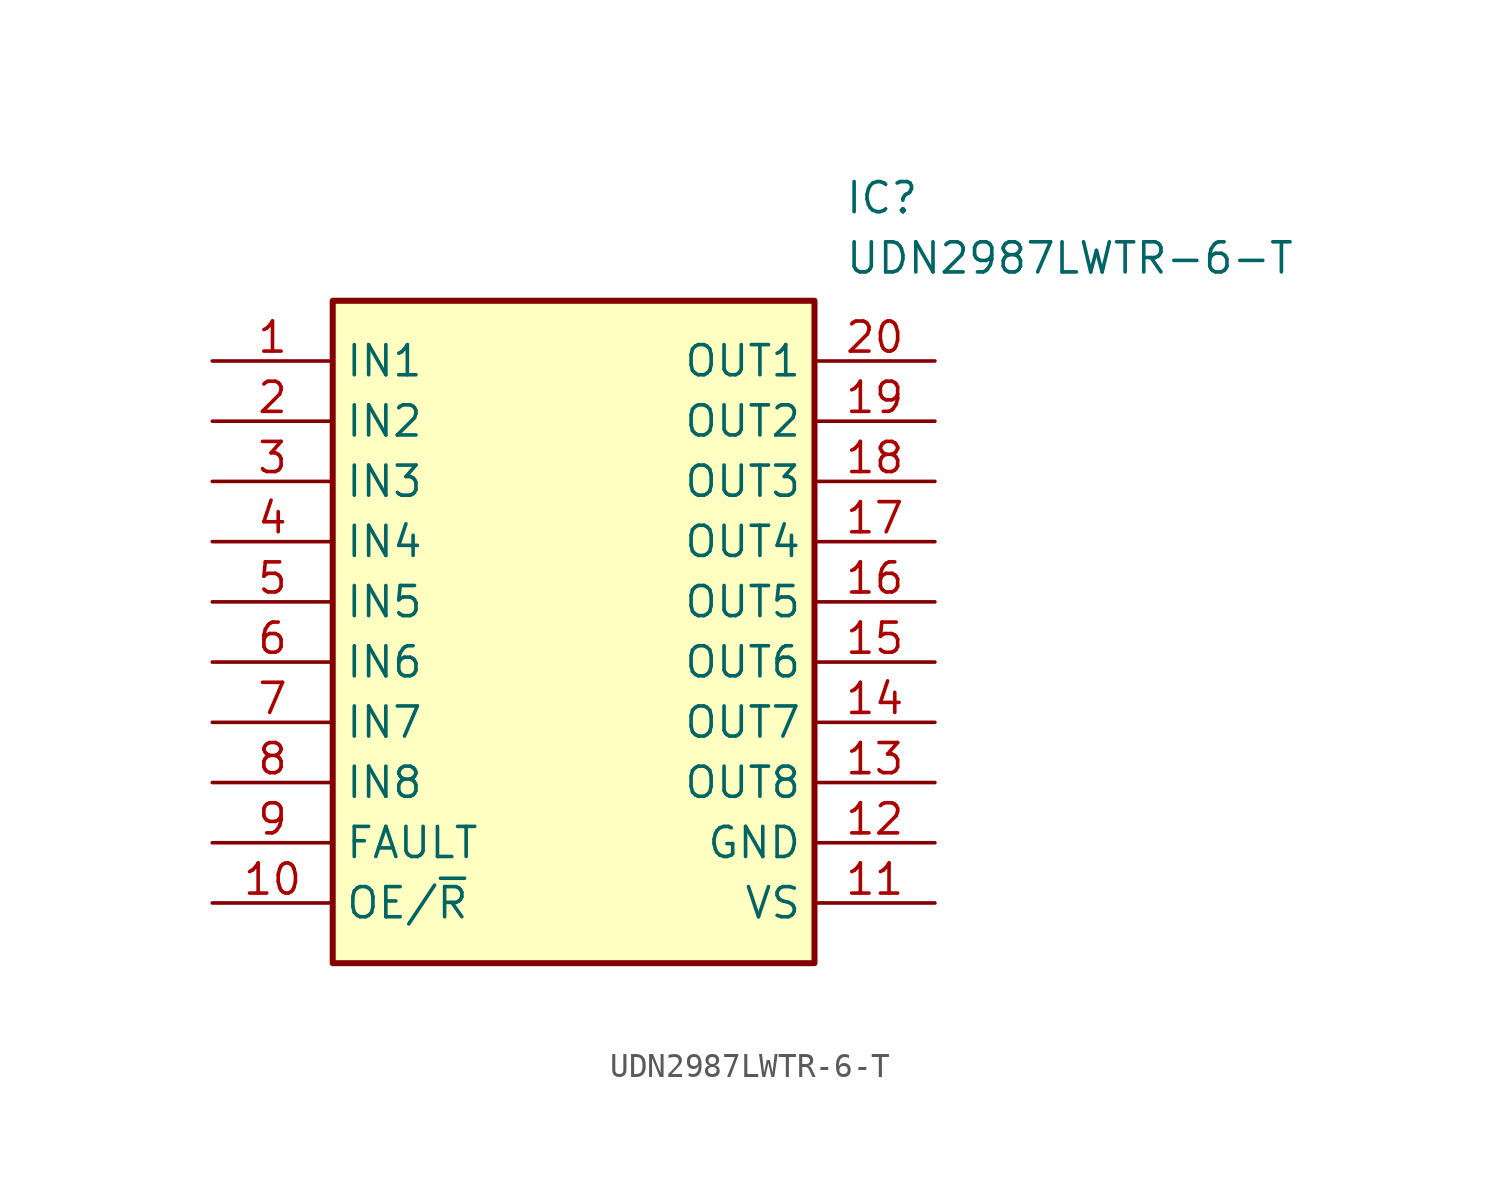
<source format=kicad_sym>
(kicad_symbol_lib
  (version 20211014)
  (generator SamacSys_ECAD_Model)
  (symbol "UDN2987LWTR-6-T"
    (property "Reference" "IC"
      (at 26.67 7.62 0)
      (effects (font (size 1.27 1.27)) (justify left top)))
    (property "Value" "UDN2987LWTR-6-T"
      (at 26.67 5.08 0)
      (effects (font (size 1.27 1.27)) (justify left top)))
    (rectangle
      (start 5.08 2.54)
      (end 25.4 -25.4)
      (stroke (width 0.254) (type default))
      (fill (type background)))
    (pin passive line
      (at 0 0 0)
      (length 5.08)
      (name "IN1" (effects (font (size 1.27 1.27))))
      (number "1" (effects (font (size 1.27 1.27)))))
    (pin passive line
      (at 0 -2.54 0)
      (length 5.08)
      (name "IN2" (effects (font (size 1.27 1.27))))
      (number "2" (effects (font (size 1.27 1.27)))))
    (pin passive line
      (at 0 -5.08 0)
      (length 5.08)
      (name "IN3" (effects (font (size 1.27 1.27))))
      (number "3" (effects (font (size 1.27 1.27)))))
    (pin passive line
      (at 0 -7.62 0)
      (length 5.08)
      (name "IN4" (effects (font (size 1.27 1.27))))
      (number "4" (effects (font (size 1.27 1.27)))))
    (pin passive line
      (at 0 -10.16 0)
      (length 5.08)
      (name "IN5" (effects (font (size 1.27 1.27))))
      (number "5" (effects (font (size 1.27 1.27)))))
    (pin passive line
      (at 0 -12.7 0)
      (length 5.08)
      (name "IN6" (effects (font (size 1.27 1.27))))
      (number "6" (effects (font (size 1.27 1.27)))))
    (pin passive line
      (at 0 -15.24 0)
      (length 5.08)
      (name "IN7" (effects (font (size 1.27 1.27))))
      (number "7" (effects (font (size 1.27 1.27)))))
    (pin passive line
      (at 0 -17.78 0)
      (length 5.08)
      (name "IN8" (effects (font (size 1.27 1.27))))
      (number "8" (effects (font (size 1.27 1.27)))))
    (pin passive line
      (at 0 -20.32 0)
      (length 5.08)
      (name "FAULT" (effects (font (size 1.27 1.27))))
      (number "9" (effects (font (size 1.27 1.27)))))
    (pin passive line
      (at 0 -22.86 0)
      (length 5.08)
      (name "OE/~{R}" (effects (font (size 1.27 1.27))))
      (number "10" (effects (font (size 1.27 1.27)))))
    (pin passive line
      (at 30.48 0 180)
      (length 5.08)
      (name "OUT1" (effects (font (size 1.27 1.27))))
      (number "20" (effects (font (size 1.27 1.27)))))
    (pin passive line
      (at 30.48 -2.54 180)
      (length 5.08)
      (name "OUT2" (effects (font (size 1.27 1.27))))
      (number "19" (effects (font (size 1.27 1.27)))))
    (pin passive line
      (at 30.48 -5.08 180)
      (length 5.08)
      (name "OUT3" (effects (font (size 1.27 1.27))))
      (number "18" (effects (font (size 1.27 1.27)))))
    (pin passive line
      (at 30.48 -7.62 180)
      (length 5.08)
      (name "OUT4" (effects (font (size 1.27 1.27))))
      (number "17" (effects (font (size 1.27 1.27)))))
    (pin passive line
      (at 30.48 -10.16 180)
      (length 5.08)
      (name "OUT5" (effects (font (size 1.27 1.27))))
      (number "16" (effects (font (size 1.27 1.27)))))
    (pin passive line
      (at 30.48 -12.7 180)
      (length 5.08)
      (name "OUT6" (effects (font (size 1.27 1.27))))
      (number "15" (effects (font (size 1.27 1.27)))))
    (pin passive line
      (at 30.48 -15.24 180)
      (length 5.08)
      (name "OUT7" (effects (font (size 1.27 1.27))))
      (number "14" (effects (font (size 1.27 1.27)))))
    (pin passive line
      (at 30.48 -17.78 180)
      (length 5.08)
      (name "OUT8" (effects (font (size 1.27 1.27))))
      (number "13" (effects (font (size 1.27 1.27)))))
    (pin passive line
      (at 30.48 -20.32 180)
      (length 5.08)
      (name "GND" (effects (font (size 1.27 1.27))))
      (number "12" (effects (font (size 1.27 1.27)))))
    (pin passive line
      (at 30.48 -22.86 180)
      (length 5.08)
      (name "VS" (effects (font (size 1.27 1.27))))
      (number "11" (effects (font (size 1.27 1.27)))))))
</source>
